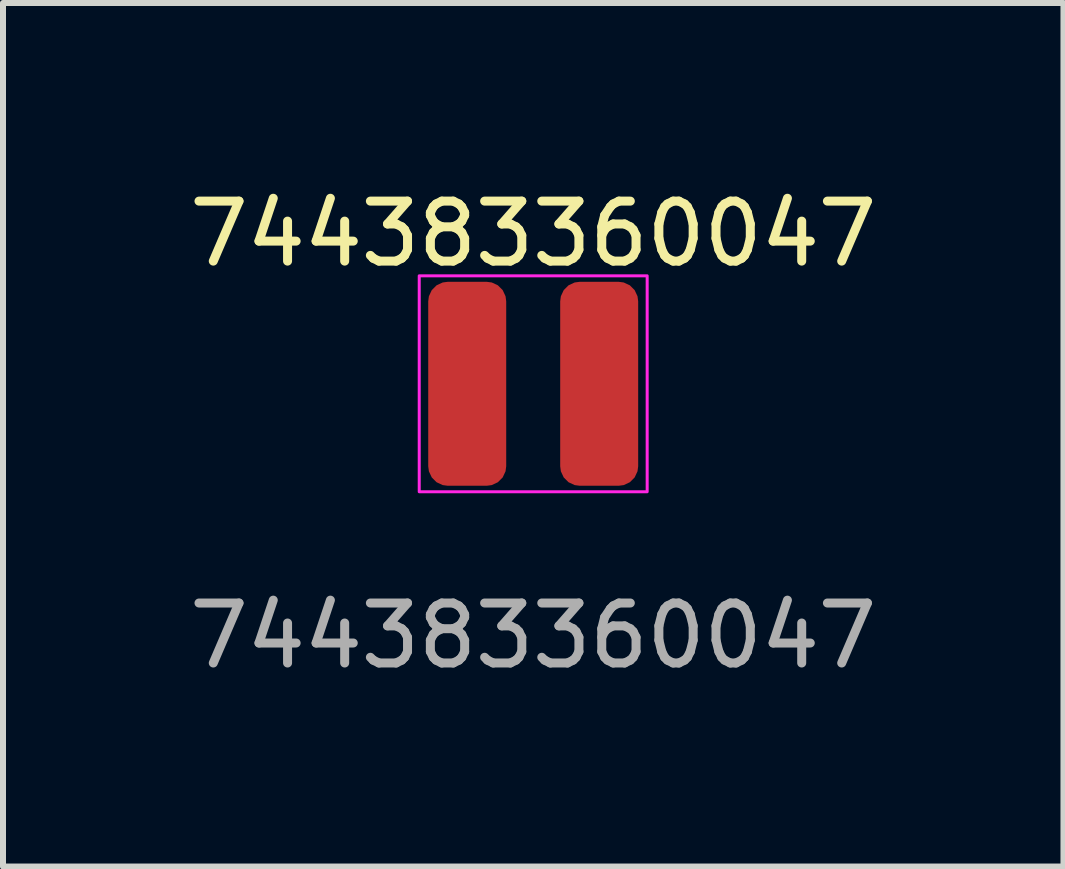
<source format=kicad_pcb>
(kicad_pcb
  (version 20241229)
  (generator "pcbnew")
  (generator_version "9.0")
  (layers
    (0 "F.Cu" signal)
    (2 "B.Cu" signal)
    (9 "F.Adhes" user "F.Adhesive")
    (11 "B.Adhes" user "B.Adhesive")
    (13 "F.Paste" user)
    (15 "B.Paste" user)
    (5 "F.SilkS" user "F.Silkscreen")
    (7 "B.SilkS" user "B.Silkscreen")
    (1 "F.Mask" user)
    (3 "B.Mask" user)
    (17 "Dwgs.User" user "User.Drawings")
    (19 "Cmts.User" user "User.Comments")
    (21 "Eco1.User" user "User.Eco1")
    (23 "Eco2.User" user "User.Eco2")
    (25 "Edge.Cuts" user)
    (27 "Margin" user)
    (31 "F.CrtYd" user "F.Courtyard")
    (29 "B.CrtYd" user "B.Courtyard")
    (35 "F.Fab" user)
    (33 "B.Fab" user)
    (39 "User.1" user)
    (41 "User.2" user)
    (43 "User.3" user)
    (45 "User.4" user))
  (footprint "744383360047"
    (layer "F.Cu")
    (at 5.839 3.348)
    (property "Reference" "744383360047" (at 0 -2.5 0) (unlocked yes) (layer "F.SilkS") (effects (font (size 1 1) (thickness 0.15))))
    (attr smd)
    (fp_rect (start 1.9 1.8) (end -1.9 -1.8) (stroke (width 0.05) (type solid)) (fill no) (layer "F.CrtYd"))
    (fp_text user "${REFERENCE}" (at 0 4.2 0) (unlocked yes) (layer "F.Fab") (effects (font (size 1 1) (thickness 0.15))))
    (pad "1" smd roundrect (at -1.1 0) (size 1.3 3.4) (layers "F.Cu" "F.Mask" "F.Paste") (roundrect_rratio 0.25))
    (pad "2" smd roundrect (at 1.1 0) (size 1.3 3.4) (layers "F.Cu" "F.Mask" "F.Paste") (roundrect_rratio 0.25)))
  (gr_rect
    (start -3 -3)
    (end 14.679 11.396)
    (stroke (width 0.1) (type default))
    (fill no)
    (layer "Edge.Cuts")))
</source>
